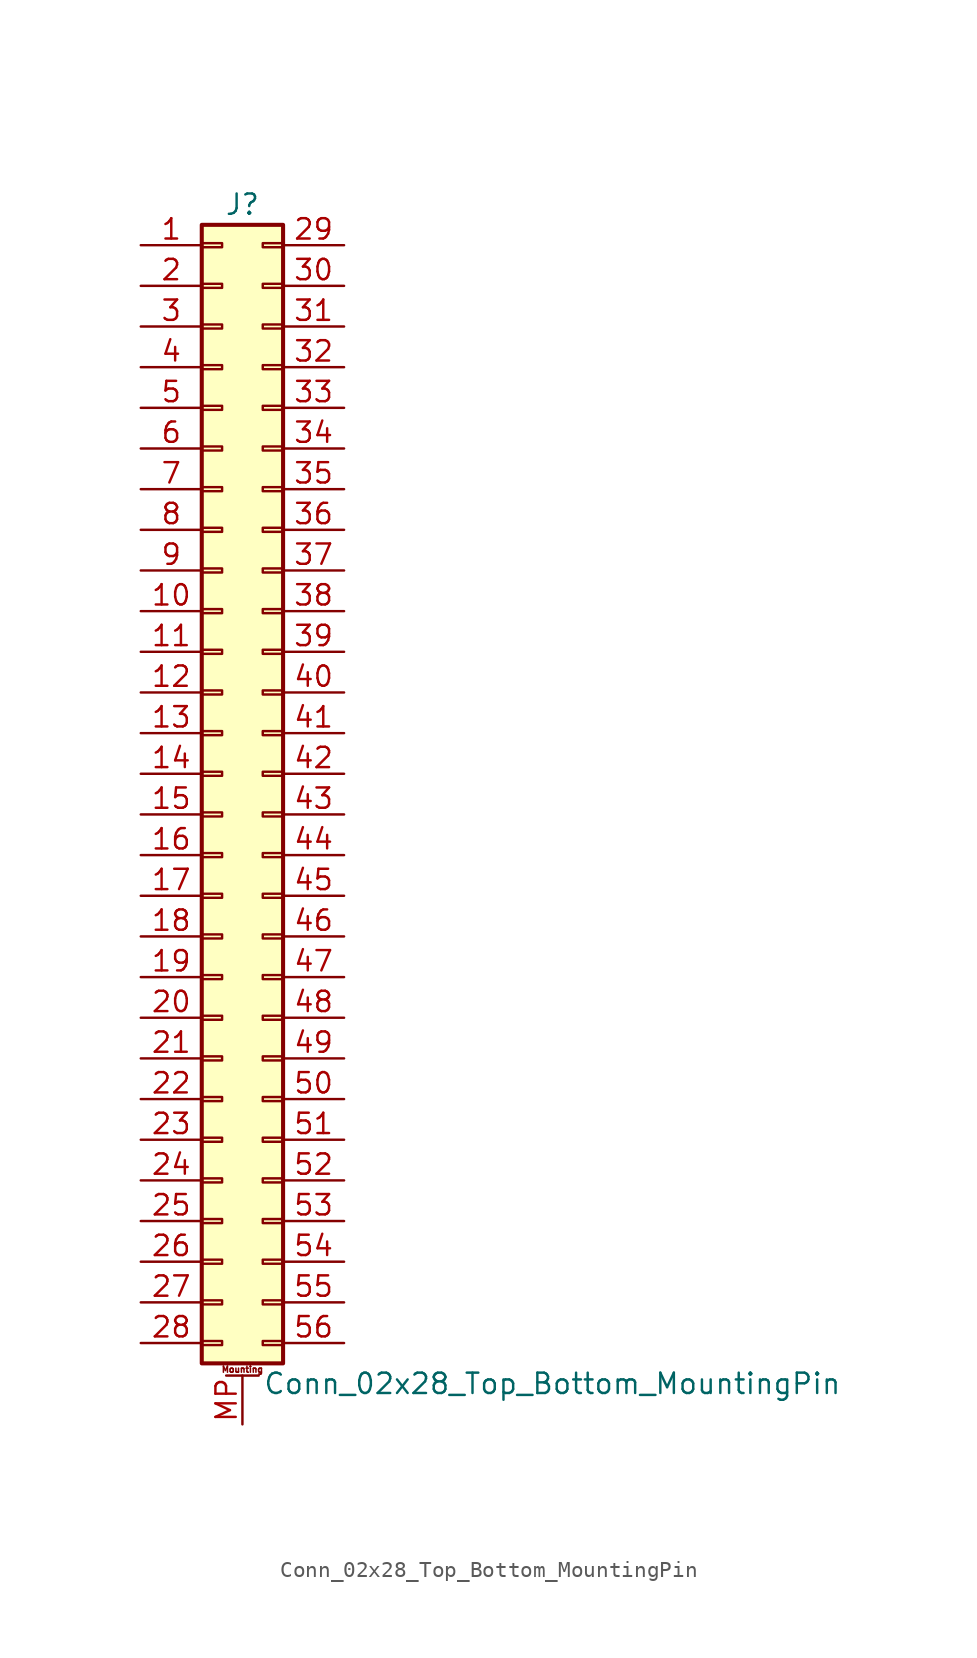
<source format=kicad_sym>
(kicad_symbol_lib
  (version 20220914)
  (generator kicad_symbol_editor)
  (symbol "Conn_02x28_Top_Bottom_MountingPin"
    (pin_names
      (offset 1.016) hide)
    (property "Reference" "J"
      (at 1.27 35.56 0)
      (effects (font (size 1.27 1.27))))
    (property "Value" "Conn_02x28_Top_Bottom_MountingPin"
      (at 2.54 -38.1 0)
      (effects (font (size 1.27 1.27)) (justify left)))
    (symbol "Conn_02x28_Top_Bottom_MountingPin_1_1"
      (rectangle (start -1.27 -35.433) (end 0 -35.687) (stroke (width 0.152) (type default)) (fill (type none)))
      (rectangle (start -1.27 -32.893) (end 0 -33.147) (stroke (width 0.152) (type default)) (fill (type none)))
      (rectangle (start -1.27 -30.353) (end 0 -30.607) (stroke (width 0.152) (type default)) (fill (type none)))
      (rectangle (start -1.27 -27.813) (end 0 -28.067) (stroke (width 0.152) (type default)) (fill (type none)))
      (rectangle (start -1.27 -25.273) (end 0 -25.527) (stroke (width 0.152) (type default)) (fill (type none)))
      (rectangle (start -1.27 -22.733) (end 0 -22.987) (stroke (width 0.152) (type default)) (fill (type none)))
      (rectangle (start -1.27 -20.193) (end 0 -20.447) (stroke (width 0.152) (type default)) (fill (type none)))
      (rectangle (start -1.27 -17.653) (end 0 -17.907) (stroke (width 0.152) (type default)) (fill (type none)))
      (rectangle (start -1.27 -15.113) (end 0 -15.367) (stroke (width 0.152) (type default)) (fill (type none)))
      (rectangle (start -1.27 -12.573) (end 0 -12.827) (stroke (width 0.152) (type default)) (fill (type none)))
      (rectangle (start -1.27 -10.033) (end 0 -10.287) (stroke (width 0.152) (type default)) (fill (type none)))
      (rectangle (start -1.27 -7.493) (end 0 -7.747) (stroke (width 0.152) (type default)) (fill (type none)))
      (rectangle (start -1.27 -4.953) (end 0 -5.207) (stroke (width 0.152) (type default)) (fill (type none)))
      (rectangle (start -1.27 -2.413) (end 0 -2.667) (stroke (width 0.152) (type default)) (fill (type none)))
      (rectangle (start -1.27 0.127) (end 0 -0.127) (stroke (width 0.152) (type default)) (fill (type none)))
      (rectangle (start -1.27 2.667) (end 0 2.413) (stroke (width 0.152) (type default)) (fill (type none)))
      (rectangle (start -1.27 5.207) (end 0 4.953) (stroke (width 0.152) (type default)) (fill (type none)))
      (rectangle (start -1.27 7.747) (end 0 7.493) (stroke (width 0.152) (type default)) (fill (type none)))
      (rectangle (start -1.27 10.287) (end 0 10.033) (stroke (width 0.152) (type default)) (fill (type none)))
      (rectangle (start -1.27 12.827) (end 0 12.573) (stroke (width 0.152) (type default)) (fill (type none)))
      (rectangle (start -1.27 15.367) (end 0 15.113) (stroke (width 0.152) (type default)) (fill (type none)))
      (rectangle (start -1.27 17.907) (end 0 17.653) (stroke (width 0.152) (type default)) (fill (type none)))
      (rectangle (start -1.27 20.447) (end 0 20.193) (stroke (width 0.152) (type default)) (fill (type none)))
      (rectangle (start -1.27 22.987) (end 0 22.733) (stroke (width 0.152) (type default)) (fill (type none)))
      (rectangle (start -1.27 25.527) (end 0 25.273) (stroke (width 0.152) (type default)) (fill (type none)))
      (rectangle (start -1.27 28.067) (end 0 27.813) (stroke (width 0.152) (type default)) (fill (type none)))
      (rectangle (start -1.27 30.607) (end 0 30.353) (stroke (width 0.152) (type default)) (fill (type none)))
      (rectangle (start -1.27 33.147) (end 0 32.893) (stroke (width 0.152) (type default)) (fill (type none)))
      (rectangle (start -1.27 34.29) (end 3.81 -36.83) (stroke (width 0.254) (type default)) (fill (type background)))
      (polyline (pts (xy 0.254 -37.592) (xy 2.286 -37.592)) (stroke (width 0.152) (type default)) (fill (type none)))
      (rectangle (start 3.81 -35.433) (end 2.54 -35.687) (stroke (width 0.152) (type default)) (fill (type none)))
      (rectangle (start 3.81 -32.893) (end 2.54 -33.147) (stroke (width 0.152) (type default)) (fill (type none)))
      (rectangle (start 3.81 -30.353) (end 2.54 -30.607) (stroke (width 0.152) (type default)) (fill (type none)))
      (rectangle (start 3.81 -27.813) (end 2.54 -28.067) (stroke (width 0.152) (type default)) (fill (type none)))
      (rectangle (start 3.81 -25.273) (end 2.54 -25.527) (stroke (width 0.152) (type default)) (fill (type none)))
      (rectangle (start 3.81 -22.733) (end 2.54 -22.987) (stroke (width 0.152) (type default)) (fill (type none)))
      (rectangle (start 3.81 -20.193) (end 2.54 -20.447) (stroke (width 0.152) (type default)) (fill (type none)))
      (rectangle (start 3.81 -17.653) (end 2.54 -17.907) (stroke (width 0.152) (type default)) (fill (type none)))
      (rectangle (start 3.81 -15.113) (end 2.54 -15.367) (stroke (width 0.152) (type default)) (fill (type none)))
      (rectangle (start 3.81 -12.573) (end 2.54 -12.827) (stroke (width 0.152) (type default)) (fill (type none)))
      (rectangle (start 3.81 -10.033) (end 2.54 -10.287) (stroke (width 0.152) (type default)) (fill (type none)))
      (rectangle (start 3.81 -7.493) (end 2.54 -7.747) (stroke (width 0.152) (type default)) (fill (type none)))
      (rectangle (start 3.81 -4.953) (end 2.54 -5.207) (stroke (width 0.152) (type default)) (fill (type none)))
      (rectangle (start 3.81 -2.413) (end 2.54 -2.667) (stroke (width 0.152) (type default)) (fill (type none)))
      (rectangle (start 3.81 0.127) (end 2.54 -0.127) (stroke (width 0.152) (type default)) (fill (type none)))
      (rectangle (start 3.81 2.667) (end 2.54 2.413) (stroke (width 0.152) (type default)) (fill (type none)))
      (rectangle (start 3.81 5.207) (end 2.54 4.953) (stroke (width 0.152) (type default)) (fill (type none)))
      (rectangle (start 3.81 7.747) (end 2.54 7.493) (stroke (width 0.152) (type default)) (fill (type none)))
      (rectangle (start 3.81 10.287) (end 2.54 10.033) (stroke (width 0.152) (type default)) (fill (type none)))
      (rectangle (start 3.81 12.827) (end 2.54 12.573) (stroke (width 0.152) (type default)) (fill (type none)))
      (rectangle (start 3.81 15.367) (end 2.54 15.113) (stroke (width 0.152) (type default)) (fill (type none)))
      (rectangle (start 3.81 17.907) (end 2.54 17.653) (stroke (width 0.152) (type default)) (fill (type none)))
      (rectangle (start 3.81 20.447) (end 2.54 20.193) (stroke (width 0.152) (type default)) (fill (type none)))
      (rectangle (start 3.81 22.987) (end 2.54 22.733) (stroke (width 0.152) (type default)) (fill (type none)))
      (rectangle (start 3.81 25.527) (end 2.54 25.273) (stroke (width 0.152) (type default)) (fill (type none)))
      (rectangle (start 3.81 28.067) (end 2.54 27.813) (stroke (width 0.152) (type default)) (fill (type none)))
      (rectangle (start 3.81 30.607) (end 2.54 30.353) (stroke (width 0.152) (type default)) (fill (type none)))
      (rectangle (start 3.81 33.147) (end 2.54 32.893) (stroke (width 0.152) (type default)) (fill (type none)))
      (text "Mounting" (at 1.27 -37.211 0) (effects (font (size 0.381 0.381))))
      (pin passive line (at -5.08 33.02 0) (length 3.81) (name "Pin_1" (effects (font (size 1.27 1.27)))) (number "1" (effects (font (size 1.27 1.27)))))
      (pin passive line (at -5.08 10.16 0) (length 3.81) (name "Pin_10" (effects (font (size 1.27 1.27)))) (number "10" (effects (font (size 1.27 1.27)))))
      (pin passive line (at -5.08 7.62 0) (length 3.81) (name "Pin_11" (effects (font (size 1.27 1.27)))) (number "11" (effects (font (size 1.27 1.27)))))
      (pin passive line (at -5.08 5.08 0) (length 3.81) (name "Pin_12" (effects (font (size 1.27 1.27)))) (number "12" (effects (font (size 1.27 1.27)))))
      (pin passive line (at -5.08 2.54 0) (length 3.81) (name "Pin_13" (effects (font (size 1.27 1.27)))) (number "13" (effects (font (size 1.27 1.27)))))
      (pin passive line (at -5.08 0 0) (length 3.81) (name "Pin_14" (effects (font (size 1.27 1.27)))) (number "14" (effects (font (size 1.27 1.27)))))
      (pin passive line (at -5.08 -2.54 0) (length 3.81) (name "Pin_15" (effects (font (size 1.27 1.27)))) (number "15" (effects (font (size 1.27 1.27)))))
      (pin passive line (at -5.08 -5.08 0) (length 3.81) (name "Pin_16" (effects (font (size 1.27 1.27)))) (number "16" (effects (font (size 1.27 1.27)))))
      (pin passive line (at -5.08 -7.62 0) (length 3.81) (name "Pin_17" (effects (font (size 1.27 1.27)))) (number "17" (effects (font (size 1.27 1.27)))))
      (pin passive line (at -5.08 -10.16 0) (length 3.81) (name "Pin_18" (effects (font (size 1.27 1.27)))) (number "18" (effects (font (size 1.27 1.27)))))
      (pin passive line (at -5.08 -12.7 0) (length 3.81) (name "Pin_19" (effects (font (size 1.27 1.27)))) (number "19" (effects (font (size 1.27 1.27)))))
      (pin passive line (at -5.08 30.48 0) (length 3.81) (name "Pin_2" (effects (font (size 1.27 1.27)))) (number "2" (effects (font (size 1.27 1.27)))))
      (pin passive line (at -5.08 -15.24 0) (length 3.81) (name "Pin_20" (effects (font (size 1.27 1.27)))) (number "20" (effects (font (size 1.27 1.27)))))
      (pin passive line (at -5.08 -17.78 0) (length 3.81) (name "Pin_21" (effects (font (size 1.27 1.27)))) (number "21" (effects (font (size 1.27 1.27)))))
      (pin passive line (at -5.08 -20.32 0) (length 3.81) (name "Pin_22" (effects (font (size 1.27 1.27)))) (number "22" (effects (font (size 1.27 1.27)))))
      (pin passive line (at -5.08 -22.86 0) (length 3.81) (name "Pin_23" (effects (font (size 1.27 1.27)))) (number "23" (effects (font (size 1.27 1.27)))))
      (pin passive line (at -5.08 -25.4 0) (length 3.81) (name "Pin_24" (effects (font (size 1.27 1.27)))) (number "24" (effects (font (size 1.27 1.27)))))
      (pin passive line (at -5.08 -27.94 0) (length 3.81) (name "Pin_25" (effects (font (size 1.27 1.27)))) (number "25" (effects (font (size 1.27 1.27)))))
      (pin passive line (at -5.08 -30.48 0) (length 3.81) (name "Pin_26" (effects (font (size 1.27 1.27)))) (number "26" (effects (font (size 1.27 1.27)))))
      (pin passive line (at -5.08 -33.02 0) (length 3.81) (name "Pin_27" (effects (font (size 1.27 1.27)))) (number "27" (effects (font (size 1.27 1.27)))))
      (pin passive line (at -5.08 -35.56 0) (length 3.81) (name "Pin_28" (effects (font (size 1.27 1.27)))) (number "28" (effects (font (size 1.27 1.27)))))
      (pin passive line (at 7.62 33.02 180) (length 3.81) (name "Pin_29" (effects (font (size 1.27 1.27)))) (number "29" (effects (font (size 1.27 1.27)))))
      (pin passive line (at -5.08 27.94 0) (length 3.81) (name "Pin_3" (effects (font (size 1.27 1.27)))) (number "3" (effects (font (size 1.27 1.27)))))
      (pin passive line (at 7.62 30.48 180) (length 3.81) (name "Pin_30" (effects (font (size 1.27 1.27)))) (number "30" (effects (font (size 1.27 1.27)))))
      (pin passive line (at 7.62 27.94 180) (length 3.81) (name "Pin_31" (effects (font (size 1.27 1.27)))) (number "31" (effects (font (size 1.27 1.27)))))
      (pin passive line (at 7.62 25.4 180) (length 3.81) (name "Pin_32" (effects (font (size 1.27 1.27)))) (number "32" (effects (font (size 1.27 1.27)))))
      (pin passive line (at 7.62 22.86 180) (length 3.81) (name "Pin_33" (effects (font (size 1.27 1.27)))) (number "33" (effects (font (size 1.27 1.27)))))
      (pin passive line (at 7.62 20.32 180) (length 3.81) (name "Pin_34" (effects (font (size 1.27 1.27)))) (number "34" (effects (font (size 1.27 1.27)))))
      (pin passive line (at 7.62 17.78 180) (length 3.81) (name "Pin_35" (effects (font (size 1.27 1.27)))) (number "35" (effects (font (size 1.27 1.27)))))
      (pin passive line (at 7.62 15.24 180) (length 3.81) (name "Pin_36" (effects (font (size 1.27 1.27)))) (number "36" (effects (font (size 1.27 1.27)))))
      (pin passive line (at 7.62 12.7 180) (length 3.81) (name "Pin_37" (effects (font (size 1.27 1.27)))) (number "37" (effects (font (size 1.27 1.27)))))
      (pin passive line (at 7.62 10.16 180) (length 3.81) (name "Pin_38" (effects (font (size 1.27 1.27)))) (number "38" (effects (font (size 1.27 1.27)))))
      (pin passive line (at 7.62 7.62 180) (length 3.81) (name "Pin_39" (effects (font (size 1.27 1.27)))) (number "39" (effects (font (size 1.27 1.27)))))
      (pin passive line (at -5.08 25.4 0) (length 3.81) (name "Pin_4" (effects (font (size 1.27 1.27)))) (number "4" (effects (font (size 1.27 1.27)))))
      (pin passive line (at 7.62 5.08 180) (length 3.81) (name "Pin_40" (effects (font (size 1.27 1.27)))) (number "40" (effects (font (size 1.27 1.27)))))
      (pin passive line (at 7.62 2.54 180) (length 3.81) (name "Pin_41" (effects (font (size 1.27 1.27)))) (number "41" (effects (font (size 1.27 1.27)))))
      (pin passive line (at 7.62 0 180) (length 3.81) (name "Pin_42" (effects (font (size 1.27 1.27)))) (number "42" (effects (font (size 1.27 1.27)))))
      (pin passive line (at 7.62 -2.54 180) (length 3.81) (name "Pin_43" (effects (font (size 1.27 1.27)))) (number "43" (effects (font (size 1.27 1.27)))))
      (pin passive line (at 7.62 -5.08 180) (length 3.81) (name "Pin_44" (effects (font (size 1.27 1.27)))) (number "44" (effects (font (size 1.27 1.27)))))
      (pin passive line (at 7.62 -7.62 180) (length 3.81) (name "Pin_45" (effects (font (size 1.27 1.27)))) (number "45" (effects (font (size 1.27 1.27)))))
      (pin passive line (at 7.62 -10.16 180) (length 3.81) (name "Pin_46" (effects (font (size 1.27 1.27)))) (number "46" (effects (font (size 1.27 1.27)))))
      (pin passive line (at 7.62 -12.7 180) (length 3.81) (name "Pin_47" (effects (font (size 1.27 1.27)))) (number "47" (effects (font (size 1.27 1.27)))))
      (pin passive line (at 7.62 -15.24 180) (length 3.81) (name "Pin_48" (effects (font (size 1.27 1.27)))) (number "48" (effects (font (size 1.27 1.27)))))
      (pin passive line (at 7.62 -17.78 180) (length 3.81) (name "Pin_49" (effects (font (size 1.27 1.27)))) (number "49" (effects (font (size 1.27 1.27)))))
      (pin passive line (at -5.08 22.86 0) (length 3.81) (name "Pin_5" (effects (font (size 1.27 1.27)))) (number "5" (effects (font (size 1.27 1.27)))))
      (pin passive line (at 7.62 -20.32 180) (length 3.81) (name "Pin_50" (effects (font (size 1.27 1.27)))) (number "50" (effects (font (size 1.27 1.27)))))
      (pin passive line (at 7.62 -22.86 180) (length 3.81) (name "Pin_51" (effects (font (size 1.27 1.27)))) (number "51" (effects (font (size 1.27 1.27)))))
      (pin passive line (at 7.62 -25.4 180) (length 3.81) (name "Pin_52" (effects (font (size 1.27 1.27)))) (number "52" (effects (font (size 1.27 1.27)))))
      (pin passive line (at 7.62 -27.94 180) (length 3.81) (name "Pin_53" (effects (font (size 1.27 1.27)))) (number "53" (effects (font (size 1.27 1.27)))))
      (pin passive line (at 7.62 -30.48 180) (length 3.81) (name "Pin_54" (effects (font (size 1.27 1.27)))) (number "54" (effects (font (size 1.27 1.27)))))
      (pin passive line (at 7.62 -33.02 180) (length 3.81) (name "Pin_55" (effects (font (size 1.27 1.27)))) (number "55" (effects (font (size 1.27 1.27)))))
      (pin passive line (at 7.62 -35.56 180) (length 3.81) (name "Pin_56" (effects (font (size 1.27 1.27)))) (number "56" (effects (font (size 1.27 1.27)))))
      (pin passive line (at -5.08 20.32 0) (length 3.81) (name "Pin_6" (effects (font (size 1.27 1.27)))) (number "6" (effects (font (size 1.27 1.27)))))
      (pin passive line (at -5.08 17.78 0) (length 3.81) (name "Pin_7" (effects (font (size 1.27 1.27)))) (number "7" (effects (font (size 1.27 1.27)))))
      (pin passive line (at -5.08 15.24 0) (length 3.81) (name "Pin_8" (effects (font (size 1.27 1.27)))) (number "8" (effects (font (size 1.27 1.27)))))
      (pin passive line (at -5.08 12.7 0) (length 3.81) (name "Pin_9" (effects (font (size 1.27 1.27)))) (number "9" (effects (font (size 1.27 1.27)))))
      (pin passive line (at 1.27 -40.64 90) (length 3.048) (name "MountPin" (effects (font (size 1.27 1.27)))) (number "MP" (effects (font (size 1.27 1.27))))))))
</source>
